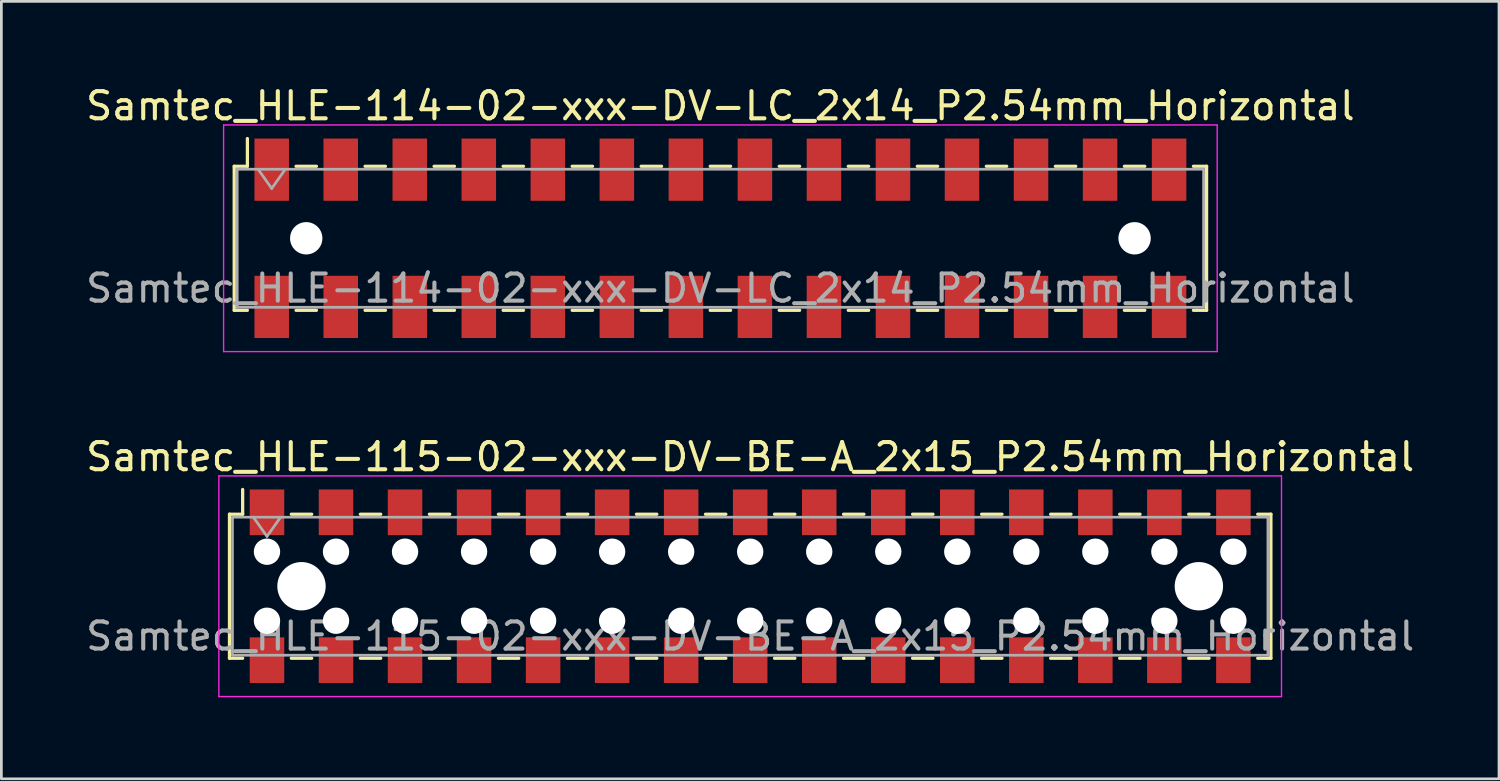
<source format=kicad_pcb>
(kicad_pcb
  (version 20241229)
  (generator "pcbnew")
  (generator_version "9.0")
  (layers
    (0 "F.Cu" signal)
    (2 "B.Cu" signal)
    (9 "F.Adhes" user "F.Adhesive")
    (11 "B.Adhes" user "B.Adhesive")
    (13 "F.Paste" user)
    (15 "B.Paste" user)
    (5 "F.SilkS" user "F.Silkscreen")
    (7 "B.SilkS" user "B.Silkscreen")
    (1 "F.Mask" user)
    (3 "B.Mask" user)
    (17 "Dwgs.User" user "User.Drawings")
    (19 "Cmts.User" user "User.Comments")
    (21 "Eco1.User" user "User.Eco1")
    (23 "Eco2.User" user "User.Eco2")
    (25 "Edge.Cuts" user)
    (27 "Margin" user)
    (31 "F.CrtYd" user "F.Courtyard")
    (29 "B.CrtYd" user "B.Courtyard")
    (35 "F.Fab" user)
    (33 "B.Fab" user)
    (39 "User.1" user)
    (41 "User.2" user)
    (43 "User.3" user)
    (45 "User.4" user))
  (footprint "Samtec_HLE-115-02-xxx-DV-BE-A_2x15_P2.54mm_Horizontal"
    (layer "F.Cu")
    (at 24.554 18.521)
    (property "Reference" "Samtec_HLE-115-02-xxx-DV-BE-A_2x15_P2.54mm_Horizontal" (at 0 -4.76 0) (layer "F.SilkS") (effects (font (size 1 1) (thickness 0.15))))
    (attr smd)
    (fp_line (start -19.16 -2.65) (end -19.16 2.65) (stroke (width 0.12) (type solid)) (layer "F.SilkS"))
    (fp_line (start -19.16 2.65) (end -18.675 2.65) (stroke (width 0.12) (type solid)) (layer "F.SilkS"))
    (fp_line (start -18.675 -3.56) (end -18.675 -2.65) (stroke (width 0.12) (type solid)) (layer "F.SilkS"))
    (fp_line (start -18.675 -2.65) (end -19.16 -2.65) (stroke (width 0.12) (type solid)) (layer "F.SilkS"))
    (fp_line (start -16.885 -2.65) (end -16.135 -2.65) (stroke (width 0.12) (type solid)) (layer "F.SilkS"))
    (fp_line (start -16.885 2.65) (end -16.135 2.65) (stroke (width 0.12) (type solid)) (layer "F.SilkS"))
    (fp_line (start -14.345 -2.65) (end -13.595 -2.65) (stroke (width 0.12) (type solid)) (layer "F.SilkS"))
    (fp_line (start -14.345 2.65) (end -13.595 2.65) (stroke (width 0.12) (type solid)) (layer "F.SilkS"))
    (fp_line (start -11.805 -2.65) (end -11.055 -2.65) (stroke (width 0.12) (type solid)) (layer "F.SilkS"))
    (fp_line (start -11.805 2.65) (end -11.055 2.65) (stroke (width 0.12) (type solid)) (layer "F.SilkS"))
    (fp_line (start -9.265 -2.65) (end -8.515 -2.65) (stroke (width 0.12) (type solid)) (layer "F.SilkS"))
    (fp_line (start -9.265 2.65) (end -8.515 2.65) (stroke (width 0.12) (type solid)) (layer "F.SilkS"))
    (fp_line (start -6.725 -2.65) (end -5.975 -2.65) (stroke (width 0.12) (type solid)) (layer "F.SilkS"))
    (fp_line (start -6.725 2.65) (end -5.975 2.65) (stroke (width 0.12) (type solid)) (layer "F.SilkS"))
    (fp_line (start -4.185 -2.65) (end -3.435 -2.65) (stroke (width 0.12) (type solid)) (layer "F.SilkS"))
    (fp_line (start -4.185 2.65) (end -3.435 2.65) (stroke (width 0.12) (type solid)) (layer "F.SilkS"))
    (fp_line (start -1.645 -2.65) (end -0.895 -2.65) (stroke (width 0.12) (type solid)) (layer "F.SilkS"))
    (fp_line (start -1.645 2.65) (end -0.895 2.65) (stroke (width 0.12) (type solid)) (layer "F.SilkS"))
    (fp_line (start 0.895 -2.65) (end 1.645 -2.65) (stroke (width 0.12) (type solid)) (layer "F.SilkS"))
    (fp_line (start 0.895 2.65) (end 1.645 2.65) (stroke (width 0.12) (type solid)) (layer "F.SilkS"))
    (fp_line (start 3.435 -2.65) (end 4.185 -2.65) (stroke (width 0.12) (type solid)) (layer "F.SilkS"))
    (fp_line (start 3.435 2.65) (end 4.185 2.65) (stroke (width 0.12) (type solid)) (layer "F.SilkS"))
    (fp_line (start 5.975 -2.65) (end 6.725 -2.65) (stroke (width 0.12) (type solid)) (layer "F.SilkS"))
    (fp_line (start 5.975 2.65) (end 6.725 2.65) (stroke (width 0.12) (type solid)) (layer "F.SilkS"))
    (fp_line (start 8.515 -2.65) (end 9.265 -2.65) (stroke (width 0.12) (type solid)) (layer "F.SilkS"))
    (fp_line (start 8.515 2.65) (end 9.265 2.65) (stroke (width 0.12) (type solid)) (layer "F.SilkS"))
    (fp_line (start 11.055 -2.65) (end 11.805 -2.65) (stroke (width 0.12) (type solid)) (layer "F.SilkS"))
    (fp_line (start 11.055 2.65) (end 11.805 2.65) (stroke (width 0.12) (type solid)) (layer "F.SilkS"))
    (fp_line (start 13.595 -2.65) (end 14.345 -2.65) (stroke (width 0.12) (type solid)) (layer "F.SilkS"))
    (fp_line (start 13.595 2.65) (end 14.345 2.65) (stroke (width 0.12) (type solid)) (layer "F.SilkS"))
    (fp_line (start 16.135 -2.65) (end 16.885 -2.65) (stroke (width 0.12) (type solid)) (layer "F.SilkS"))
    (fp_line (start 16.135 2.65) (end 16.885 2.65) (stroke (width 0.12) (type solid)) (layer "F.SilkS"))
    (fp_line (start 18.675 -2.65) (end 19.16 -2.65) (stroke (width 0.12) (type solid)) (layer "F.SilkS"))
    (fp_line (start 19.16 -2.65) (end 19.16 2.65) (stroke (width 0.12) (type solid)) (layer "F.SilkS"))
    (fp_line (start 19.16 2.65) (end 18.675 2.65) (stroke (width 0.12) (type solid)) (layer "F.SilkS"))
    (fp_line (start -19.55 -4.06) (end 19.55 -4.06) (stroke (width 0.05) (type solid)) (layer "F.CrtYd"))
    (fp_line (start -19.55 4.06) (end -19.55 -4.06) (stroke (width 0.05) (type solid)) (layer "F.CrtYd"))
    (fp_line (start 19.55 -4.06) (end 19.55 4.06) (stroke (width 0.05) (type solid)) (layer "F.CrtYd"))
    (fp_line (start 19.55 4.06) (end -19.55 4.06) (stroke (width 0.05) (type solid)) (layer "F.CrtYd"))
    (fp_line (start -19.05 -2.54) (end 19.05 -2.54) (stroke (width 0.1) (type solid)) (layer "F.Fab"))
    (fp_line (start -19.05 2.54) (end -19.05 -2.54) (stroke (width 0.1) (type solid)) (layer "F.Fab"))
    (fp_line (start -18.28 -2.54) (end -17.78 -1.833) (stroke (width 0.1) (type solid)) (layer "F.Fab"))
    (fp_line (start -17.78 -1.833) (end -17.28 -2.54) (stroke (width 0.1) (type solid)) (layer "F.Fab"))
    (fp_line (start 19.05 -2.54) (end 19.05 2.54) (stroke (width 0.1) (type solid)) (layer "F.Fab"))
    (fp_line (start 19.05 2.54) (end -19.05 2.54) (stroke (width 0.1) (type solid)) (layer "F.Fab"))
    (fp_text user "${REFERENCE}" (at 0 1.84 0) (layer "F.Fab") (effects (font (size 1 1) (thickness 0.15))))
    (pad "" np_thru_hole circle (at -17.78 -1.27) (size 0.97 0.97) (drill 0.97) (layers "*.Cu" "*.Mask"))
    (pad "" np_thru_hole circle (at -17.78 1.27) (size 0.97 0.97) (drill 0.97) (layers "*.Cu" "*.Mask"))
    (pad "" np_thru_hole circle (at -16.51 0) (size 1.78 1.78) (drill 1.78) (layers "*.Cu" "*.Mask"))
    (pad "" np_thru_hole circle (at -15.24 -1.27) (size 0.97 0.97) (drill 0.97) (layers "*.Cu" "*.Mask"))
    (pad "" np_thru_hole circle (at -15.24 1.27) (size 0.97 0.97) (drill 0.97) (layers "*.Cu" "*.Mask"))
    (pad "" np_thru_hole circle (at -12.7 -1.27) (size 0.97 0.97) (drill 0.97) (layers "*.Cu" "*.Mask"))
    (pad "" np_thru_hole circle (at -12.7 1.27) (size 0.97 0.97) (drill 0.97) (layers "*.Cu" "*.Mask"))
    (pad "" np_thru_hole circle (at -10.16 -1.27) (size 0.97 0.97) (drill 0.97) (layers "*.Cu" "*.Mask"))
    (pad "" np_thru_hole circle (at -10.16 1.27) (size 0.97 0.97) (drill 0.97) (layers "*.Cu" "*.Mask"))
    (pad "" np_thru_hole circle (at -7.62 -1.27) (size 0.97 0.97) (drill 0.97) (layers "*.Cu" "*.Mask"))
    (pad "" np_thru_hole circle (at -7.62 1.27) (size 0.97 0.97) (drill 0.97) (layers "*.Cu" "*.Mask"))
    (pad "" np_thru_hole circle (at -5.08 -1.27) (size 0.97 0.97) (drill 0.97) (layers "*.Cu" "*.Mask"))
    (pad "" np_thru_hole circle (at -5.08 1.27) (size 0.97 0.97) (drill 0.97) (layers "*.Cu" "*.Mask"))
    (pad "" np_thru_hole circle (at -2.54 -1.27) (size 0.97 0.97) (drill 0.97) (layers "*.Cu" "*.Mask"))
    (pad "" np_thru_hole circle (at -2.54 1.27) (size 0.97 0.97) (drill 0.97) (layers "*.Cu" "*.Mask"))
    (pad "" np_thru_hole circle (at 0 -1.27) (size 0.97 0.97) (drill 0.97) (layers "*.Cu" "*.Mask"))
    (pad "" np_thru_hole circle (at 0 1.27) (size 0.97 0.97) (drill 0.97) (layers "*.Cu" "*.Mask"))
    (pad "" np_thru_hole circle (at 2.54 -1.27) (size 0.97 0.97) (drill 0.97) (layers "*.Cu" "*.Mask"))
    (pad "" np_thru_hole circle (at 2.54 1.27) (size 0.97 0.97) (drill 0.97) (layers "*.Cu" "*.Mask"))
    (pad "" np_thru_hole circle (at 5.08 -1.27) (size 0.97 0.97) (drill 0.97) (layers "*.Cu" "*.Mask"))
    (pad "" np_thru_hole circle (at 5.08 1.27) (size 0.97 0.97) (drill 0.97) (layers "*.Cu" "*.Mask"))
    (pad "" np_thru_hole circle (at 7.62 -1.27) (size 0.97 0.97) (drill 0.97) (layers "*.Cu" "*.Mask"))
    (pad "" np_thru_hole circle (at 7.62 1.27) (size 0.97 0.97) (drill 0.97) (layers "*.Cu" "*.Mask"))
    (pad "" np_thru_hole circle (at 10.16 -1.27) (size 0.97 0.97) (drill 0.97) (layers "*.Cu" "*.Mask"))
    (pad "" np_thru_hole circle (at 10.16 1.27) (size 0.97 0.97) (drill 0.97) (layers "*.Cu" "*.Mask"))
    (pad "" np_thru_hole circle (at 12.7 -1.27) (size 0.97 0.97) (drill 0.97) (layers "*.Cu" "*.Mask"))
    (pad "" np_thru_hole circle (at 12.7 1.27) (size 0.97 0.97) (drill 0.97) (layers "*.Cu" "*.Mask"))
    (pad "" np_thru_hole circle (at 15.24 -1.27) (size 0.97 0.97) (drill 0.97) (layers "*.Cu" "*.Mask"))
    (pad "" np_thru_hole circle (at 15.24 1.27) (size 0.97 0.97) (drill 0.97) (layers "*.Cu" "*.Mask"))
    (pad "" np_thru_hole circle (at 16.51 0) (size 1.78 1.78) (drill 1.78) (layers "*.Cu" "*.Mask"))
    (pad "" np_thru_hole circle (at 17.78 -1.27) (size 0.97 0.97) (drill 0.97) (layers "*.Cu" "*.Mask"))
    (pad "" np_thru_hole circle (at 17.78 1.27) (size 0.97 0.97) (drill 0.97) (layers "*.Cu" "*.Mask"))
    (pad "1" smd rect (at -17.78 -2.72) (size 1.27 1.68) (layers "F.Cu" "F.Mask" "F.Paste"))
    (pad "2" smd rect (at -17.78 2.72) (size 1.27 1.68) (layers "F.Cu" "F.Mask" "F.Paste"))
    (pad "3" smd rect (at -15.24 -2.72) (size 1.27 1.68) (layers "F.Cu" "F.Mask" "F.Paste"))
    (pad "4" smd rect (at -15.24 2.72) (size 1.27 1.68) (layers "F.Cu" "F.Mask" "F.Paste"))
    (pad "5" smd rect (at -12.7 -2.72) (size 1.27 1.68) (layers "F.Cu" "F.Mask" "F.Paste"))
    (pad "6" smd rect (at -12.7 2.72) (size 1.27 1.68) (layers "F.Cu" "F.Mask" "F.Paste"))
    (pad "7" smd rect (at -10.16 -2.72) (size 1.27 1.68) (layers "F.Cu" "F.Mask" "F.Paste"))
    (pad "8" smd rect (at -10.16 2.72) (size 1.27 1.68) (layers "F.Cu" "F.Mask" "F.Paste"))
    (pad "9" smd rect (at -7.62 -2.72) (size 1.27 1.68) (layers "F.Cu" "F.Mask" "F.Paste"))
    (pad "10" smd rect (at -7.62 2.72) (size 1.27 1.68) (layers "F.Cu" "F.Mask" "F.Paste"))
    (pad "11" smd rect (at -5.08 -2.72) (size 1.27 1.68) (layers "F.Cu" "F.Mask" "F.Paste"))
    (pad "12" smd rect (at -5.08 2.72) (size 1.27 1.68) (layers "F.Cu" "F.Mask" "F.Paste"))
    (pad "13" smd rect (at -2.54 -2.72) (size 1.27 1.68) (layers "F.Cu" "F.Mask" "F.Paste"))
    (pad "14" smd rect (at -2.54 2.72) (size 1.27 1.68) (layers "F.Cu" "F.Mask" "F.Paste"))
    (pad "15" smd rect (at 0 -2.72) (size 1.27 1.68) (layers "F.Cu" "F.Mask" "F.Paste"))
    (pad "16" smd rect (at 0 2.72) (size 1.27 1.68) (layers "F.Cu" "F.Mask" "F.Paste"))
    (pad "17" smd rect (at 2.54 -2.72) (size 1.27 1.68) (layers "F.Cu" "F.Mask" "F.Paste"))
    (pad "18" smd rect (at 2.54 2.72) (size 1.27 1.68) (layers "F.Cu" "F.Mask" "F.Paste"))
    (pad "19" smd rect (at 5.08 -2.72) (size 1.27 1.68) (layers "F.Cu" "F.Mask" "F.Paste"))
    (pad "20" smd rect (at 5.08 2.72) (size 1.27 1.68) (layers "F.Cu" "F.Mask" "F.Paste"))
    (pad "21" smd rect (at 7.62 -2.72) (size 1.27 1.68) (layers "F.Cu" "F.Mask" "F.Paste"))
    (pad "22" smd rect (at 7.62 2.72) (size 1.27 1.68) (layers "F.Cu" "F.Mask" "F.Paste"))
    (pad "23" smd rect (at 10.16 -2.72) (size 1.27 1.68) (layers "F.Cu" "F.Mask" "F.Paste"))
    (pad "24" smd rect (at 10.16 2.72) (size 1.27 1.68) (layers "F.Cu" "F.Mask" "F.Paste"))
    (pad "25" smd rect (at 12.7 -2.72) (size 1.27 1.68) (layers "F.Cu" "F.Mask" "F.Paste"))
    (pad "26" smd rect (at 12.7 2.72) (size 1.27 1.68) (layers "F.Cu" "F.Mask" "F.Paste"))
    (pad "27" smd rect (at 15.24 -2.72) (size 1.27 1.68) (layers "F.Cu" "F.Mask" "F.Paste"))
    (pad "28" smd rect (at 15.24 2.72) (size 1.27 1.68) (layers "F.Cu" "F.Mask" "F.Paste"))
    (pad "29" smd rect (at 17.78 -2.72) (size 1.27 1.68) (layers "F.Cu" "F.Mask" "F.Paste"))
    (pad "30" smd rect (at 17.78 2.72) (size 1.27 1.68) (layers "F.Cu" "F.Mask" "F.Paste")))
  (footprint "Samtec_HLE-114-02-xxx-DV-LC_2x14_P2.54mm_Horizontal"
    (layer "F.Cu")
    (at 23.458 5.718)
    (property "Reference" "Samtec_HLE-114-02-xxx-DV-LC_2x14_P2.54mm_Horizontal" (at 0 -4.87 0) (layer "F.SilkS") (effects (font (size 1 1) (thickness 0.15))))
    (attr smd)
    (fp_line (start -17.89 -2.65) (end -17.89 2.65) (stroke (width 0.12) (type solid)) (layer "F.SilkS"))
    (fp_line (start -17.89 2.65) (end -17.405 2.65) (stroke (width 0.12) (type solid)) (layer "F.SilkS"))
    (fp_line (start -17.405 -3.67) (end -17.405 -2.65) (stroke (width 0.12) (type solid)) (layer "F.SilkS"))
    (fp_line (start -17.405 -2.65) (end -17.89 -2.65) (stroke (width 0.12) (type solid)) (layer "F.SilkS"))
    (fp_line (start -15.615 -2.65) (end -14.865 -2.65) (stroke (width 0.12) (type solid)) (layer "F.SilkS"))
    (fp_line (start -15.615 2.65) (end -14.865 2.65) (stroke (width 0.12) (type solid)) (layer "F.SilkS"))
    (fp_line (start -13.075 -2.65) (end -12.325 -2.65) (stroke (width 0.12) (type solid)) (layer "F.SilkS"))
    (fp_line (start -13.075 2.65) (end -12.325 2.65) (stroke (width 0.12) (type solid)) (layer "F.SilkS"))
    (fp_line (start -10.535 -2.65) (end -9.785 -2.65) (stroke (width 0.12) (type solid)) (layer "F.SilkS"))
    (fp_line (start -10.535 2.65) (end -9.785 2.65) (stroke (width 0.12) (type solid)) (layer "F.SilkS"))
    (fp_line (start -7.995 -2.65) (end -7.245 -2.65) (stroke (width 0.12) (type solid)) (layer "F.SilkS"))
    (fp_line (start -7.995 2.65) (end -7.245 2.65) (stroke (width 0.12) (type solid)) (layer "F.SilkS"))
    (fp_line (start -5.455 -2.65) (end -4.705 -2.65) (stroke (width 0.12) (type solid)) (layer "F.SilkS"))
    (fp_line (start -5.455 2.65) (end -4.705 2.65) (stroke (width 0.12) (type solid)) (layer "F.SilkS"))
    (fp_line (start -2.915 -2.65) (end -2.165 -2.65) (stroke (width 0.12) (type solid)) (layer "F.SilkS"))
    (fp_line (start -2.915 2.65) (end -2.165 2.65) (stroke (width 0.12) (type solid)) (layer "F.SilkS"))
    (fp_line (start -0.375 -2.65) (end 0.375 -2.65) (stroke (width 0.12) (type solid)) (layer "F.SilkS"))
    (fp_line (start -0.375 2.65) (end 0.375 2.65) (stroke (width 0.12) (type solid)) (layer "F.SilkS"))
    (fp_line (start 2.165 -2.65) (end 2.915 -2.65) (stroke (width 0.12) (type solid)) (layer "F.SilkS"))
    (fp_line (start 2.165 2.65) (end 2.915 2.65) (stroke (width 0.12) (type solid)) (layer "F.SilkS"))
    (fp_line (start 4.705 -2.65) (end 5.455 -2.65) (stroke (width 0.12) (type solid)) (layer "F.SilkS"))
    (fp_line (start 4.705 2.65) (end 5.455 2.65) (stroke (width 0.12) (type solid)) (layer "F.SilkS"))
    (fp_line (start 7.245 -2.65) (end 7.995 -2.65) (stroke (width 0.12) (type solid)) (layer "F.SilkS"))
    (fp_line (start 7.245 2.65) (end 7.995 2.65) (stroke (width 0.12) (type solid)) (layer "F.SilkS"))
    (fp_line (start 9.785 -2.65) (end 10.535 -2.65) (stroke (width 0.12) (type solid)) (layer "F.SilkS"))
    (fp_line (start 9.785 2.65) (end 10.535 2.65) (stroke (width 0.12) (type solid)) (layer "F.SilkS"))
    (fp_line (start 12.325 -2.65) (end 13.075 -2.65) (stroke (width 0.12) (type solid)) (layer "F.SilkS"))
    (fp_line (start 12.325 2.65) (end 13.075 2.65) (stroke (width 0.12) (type solid)) (layer "F.SilkS"))
    (fp_line (start 14.865 -2.65) (end 15.615 -2.65) (stroke (width 0.12) (type solid)) (layer "F.SilkS"))
    (fp_line (start 14.865 2.65) (end 15.615 2.65) (stroke (width 0.12) (type solid)) (layer "F.SilkS"))
    (fp_line (start 17.405 -2.65) (end 17.89 -2.65) (stroke (width 0.12) (type solid)) (layer "F.SilkS"))
    (fp_line (start 17.89 -2.65) (end 17.89 2.65) (stroke (width 0.12) (type solid)) (layer "F.SilkS"))
    (fp_line (start 17.89 2.65) (end 17.405 2.65) (stroke (width 0.12) (type solid)) (layer "F.SilkS"))
    (fp_line (start -18.28 -4.17) (end 18.28 -4.17) (stroke (width 0.05) (type solid)) (layer "F.CrtYd"))
    (fp_line (start -18.28 4.17) (end -18.28 -4.17) (stroke (width 0.05) (type solid)) (layer "F.CrtYd"))
    (fp_line (start 18.28 -4.17) (end 18.28 4.17) (stroke (width 0.05) (type solid)) (layer "F.CrtYd"))
    (fp_line (start 18.28 4.17) (end -18.28 4.17) (stroke (width 0.05) (type solid)) (layer "F.CrtYd"))
    (fp_line (start -17.78 -2.54) (end 17.78 -2.54) (stroke (width 0.1) (type solid)) (layer "F.Fab"))
    (fp_line (start -17.78 2.54) (end -17.78 -2.54) (stroke (width 0.1) (type solid)) (layer "F.Fab"))
    (fp_line (start -17.01 -2.54) (end -16.51 -1.833) (stroke (width 0.1) (type solid)) (layer "F.Fab"))
    (fp_line (start -16.51 -1.833) (end -16.01 -2.54) (stroke (width 0.1) (type solid)) (layer "F.Fab"))
    (fp_line (start 17.78 -2.54) (end 17.78 2.54) (stroke (width 0.1) (type solid)) (layer "F.Fab"))
    (fp_line (start 17.78 2.54) (end -17.78 2.54) (stroke (width 0.1) (type solid)) (layer "F.Fab"))
    (fp_text user "${REFERENCE}" (at 0 1.84 0) (layer "F.Fab") (effects (font (size 1 1) (thickness 0.15))))
    (pad "" np_thru_hole circle (at -15.24 0) (size 1.19 1.19) (drill 1.19) (layers "*.Cu" "*.Mask"))
    (pad "" np_thru_hole circle (at 15.24 0) (size 1.19 1.19) (drill 1.19) (layers "*.Cu" "*.Mask"))
    (pad "1" smd rect (at -16.51 -2.525) (size 1.27 2.29) (layers "F.Cu" "F.Mask" "F.Paste"))
    (pad "2" smd rect (at -16.51 2.525) (size 1.27 2.29) (layers "F.Cu" "F.Mask" "F.Paste"))
    (pad "3" smd rect (at -13.97 -2.525) (size 1.27 2.29) (layers "F.Cu" "F.Mask" "F.Paste"))
    (pad "4" smd rect (at -13.97 2.525) (size 1.27 2.29) (layers "F.Cu" "F.Mask" "F.Paste"))
    (pad "5" smd rect (at -11.43 -2.525) (size 1.27 2.29) (layers "F.Cu" "F.Mask" "F.Paste"))
    (pad "6" smd rect (at -11.43 2.525) (size 1.27 2.29) (layers "F.Cu" "F.Mask" "F.Paste"))
    (pad "7" smd rect (at -8.89 -2.525) (size 1.27 2.29) (layers "F.Cu" "F.Mask" "F.Paste"))
    (pad "8" smd rect (at -8.89 2.525) (size 1.27 2.29) (layers "F.Cu" "F.Mask" "F.Paste"))
    (pad "9" smd rect (at -6.35 -2.525) (size 1.27 2.29) (layers "F.Cu" "F.Mask" "F.Paste"))
    (pad "10" smd rect (at -6.35 2.525) (size 1.27 2.29) (layers "F.Cu" "F.Mask" "F.Paste"))
    (pad "11" smd rect (at -3.81 -2.525) (size 1.27 2.29) (layers "F.Cu" "F.Mask" "F.Paste"))
    (pad "12" smd rect (at -3.81 2.525) (size 1.27 2.29) (layers "F.Cu" "F.Mask" "F.Paste"))
    (pad "13" smd rect (at -1.27 -2.525) (size 1.27 2.29) (layers "F.Cu" "F.Mask" "F.Paste"))
    (pad "14" smd rect (at -1.27 2.525) (size 1.27 2.29) (layers "F.Cu" "F.Mask" "F.Paste"))
    (pad "15" smd rect (at 1.27 -2.525) (size 1.27 2.29) (layers "F.Cu" "F.Mask" "F.Paste"))
    (pad "16" smd rect (at 1.27 2.525) (size 1.27 2.29) (layers "F.Cu" "F.Mask" "F.Paste"))
    (pad "17" smd rect (at 3.81 -2.525) (size 1.27 2.29) (layers "F.Cu" "F.Mask" "F.Paste"))
    (pad "18" smd rect (at 3.81 2.525) (size 1.27 2.29) (layers "F.Cu" "F.Mask" "F.Paste"))
    (pad "19" smd rect (at 6.35 -2.525) (size 1.27 2.29) (layers "F.Cu" "F.Mask" "F.Paste"))
    (pad "20" smd rect (at 6.35 2.525) (size 1.27 2.29) (layers "F.Cu" "F.Mask" "F.Paste"))
    (pad "21" smd rect (at 8.89 -2.525) (size 1.27 2.29) (layers "F.Cu" "F.Mask" "F.Paste"))
    (pad "22" smd rect (at 8.89 2.525) (size 1.27 2.29) (layers "F.Cu" "F.Mask" "F.Paste"))
    (pad "23" smd rect (at 11.43 -2.525) (size 1.27 2.29) (layers "F.Cu" "F.Mask" "F.Paste"))
    (pad "24" smd rect (at 11.43 2.525) (size 1.27 2.29) (layers "F.Cu" "F.Mask" "F.Paste"))
    (pad "25" smd rect (at 13.97 -2.525) (size 1.27 2.29) (layers "F.Cu" "F.Mask" "F.Paste"))
    (pad "26" smd rect (at 13.97 2.525) (size 1.27 2.29) (layers "F.Cu" "F.Mask" "F.Paste"))
    (pad "27" smd rect (at 16.51 -2.525) (size 1.27 2.29) (layers "F.Cu" "F.Mask" "F.Paste"))
    (pad "28" smd rect (at 16.51 2.525) (size 1.27 2.29) (layers "F.Cu" "F.Mask" "F.Paste")))
  (gr_rect
    (start -3 -3)
    (end 52.107 25.607)
    (stroke (width 0.1) (type default))
    (fill no)
    (layer "Edge.Cuts")))
</source>
